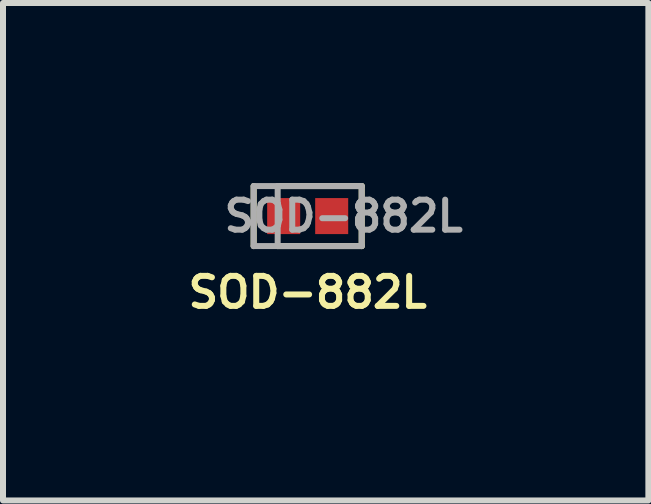
<source format=kicad_pcb>
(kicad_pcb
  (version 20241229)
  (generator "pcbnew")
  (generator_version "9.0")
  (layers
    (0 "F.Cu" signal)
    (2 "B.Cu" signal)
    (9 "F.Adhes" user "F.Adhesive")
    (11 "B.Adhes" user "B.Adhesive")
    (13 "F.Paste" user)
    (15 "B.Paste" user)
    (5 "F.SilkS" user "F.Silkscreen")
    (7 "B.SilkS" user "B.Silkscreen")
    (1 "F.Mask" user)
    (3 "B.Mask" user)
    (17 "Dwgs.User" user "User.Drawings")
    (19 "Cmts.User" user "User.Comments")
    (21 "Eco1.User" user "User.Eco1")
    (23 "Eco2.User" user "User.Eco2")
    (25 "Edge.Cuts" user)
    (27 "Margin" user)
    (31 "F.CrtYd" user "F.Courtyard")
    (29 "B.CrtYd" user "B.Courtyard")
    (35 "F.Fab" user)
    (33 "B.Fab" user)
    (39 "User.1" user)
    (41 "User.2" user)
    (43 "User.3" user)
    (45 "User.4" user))
  (footprint "SOD-882L"
    (layer "F.Cu")
    (at 2.076 0.55)
    (property "Reference" "SOD-882L" (at 0 1.27 0) (layer "F.SilkS") (effects (font (size 0.5 0.5) (thickness 0.1))))
    (attr through_hole)
    (fp_line (start -0.9 0.5) (end -0.9 -0.5) (stroke (width 0.1) (type solid)) (layer "F.SilkS"))
    (fp_line (start -0.5 -0.5) (end 0.9 -0.5) (stroke (width 0.1) (type solid)) (layer "F.SilkS"))
    (fp_line (start 0.9 -0.5) (end 0.9 0.5) (stroke (width 0.1) (type solid)) (layer "F.SilkS"))
    (fp_line (start 0.9 0.5) (end -0.5 0.5) (stroke (width 0.1) (type solid)) (layer "F.SilkS"))
    (fp_line (start -0.9 -0.5) (end -0.9 0.5) (stroke (width 0.1) (type solid)) (layer "F.Fab"))
    (fp_line (start -0.9 0.5) (end 0.9 0.5) (stroke (width 0.1) (type solid)) (layer "F.Fab"))
    (fp_line (start -0.5 -0.5) (end -0.5 0.5) (stroke (width 0.1) (type solid)) (layer "F.Fab"))
    (fp_line (start 0.9 -0.5) (end -0.9 -0.5) (stroke (width 0.1) (type solid)) (layer "F.Fab"))
    (fp_line (start 0.9 0.5) (end 0.9 -0.5) (stroke (width 0.1) (type solid)) (layer "F.Fab"))
    (fp_text user "${REFERENCE}" (at 0.6 0 0) (layer "F.Fab") (effects (font (size 0.5 0.5) (thickness 0.1))))
    (pad "1" smd rect (at -0.4 0) (size 0.55 0.6) (layers "F.Cu" "F.Mask" "F.Paste"))
    (pad "2" smd rect (at 0.4 0) (size 0.55 0.6) (layers "F.Cu" "F.Mask" "F.Paste")))
  (gr_rect
    (start -3 -3)
    (end 7.752 5.288)
    (stroke (width 0.1) (type default))
    (fill no)
    (layer "Edge.Cuts")))
</source>
